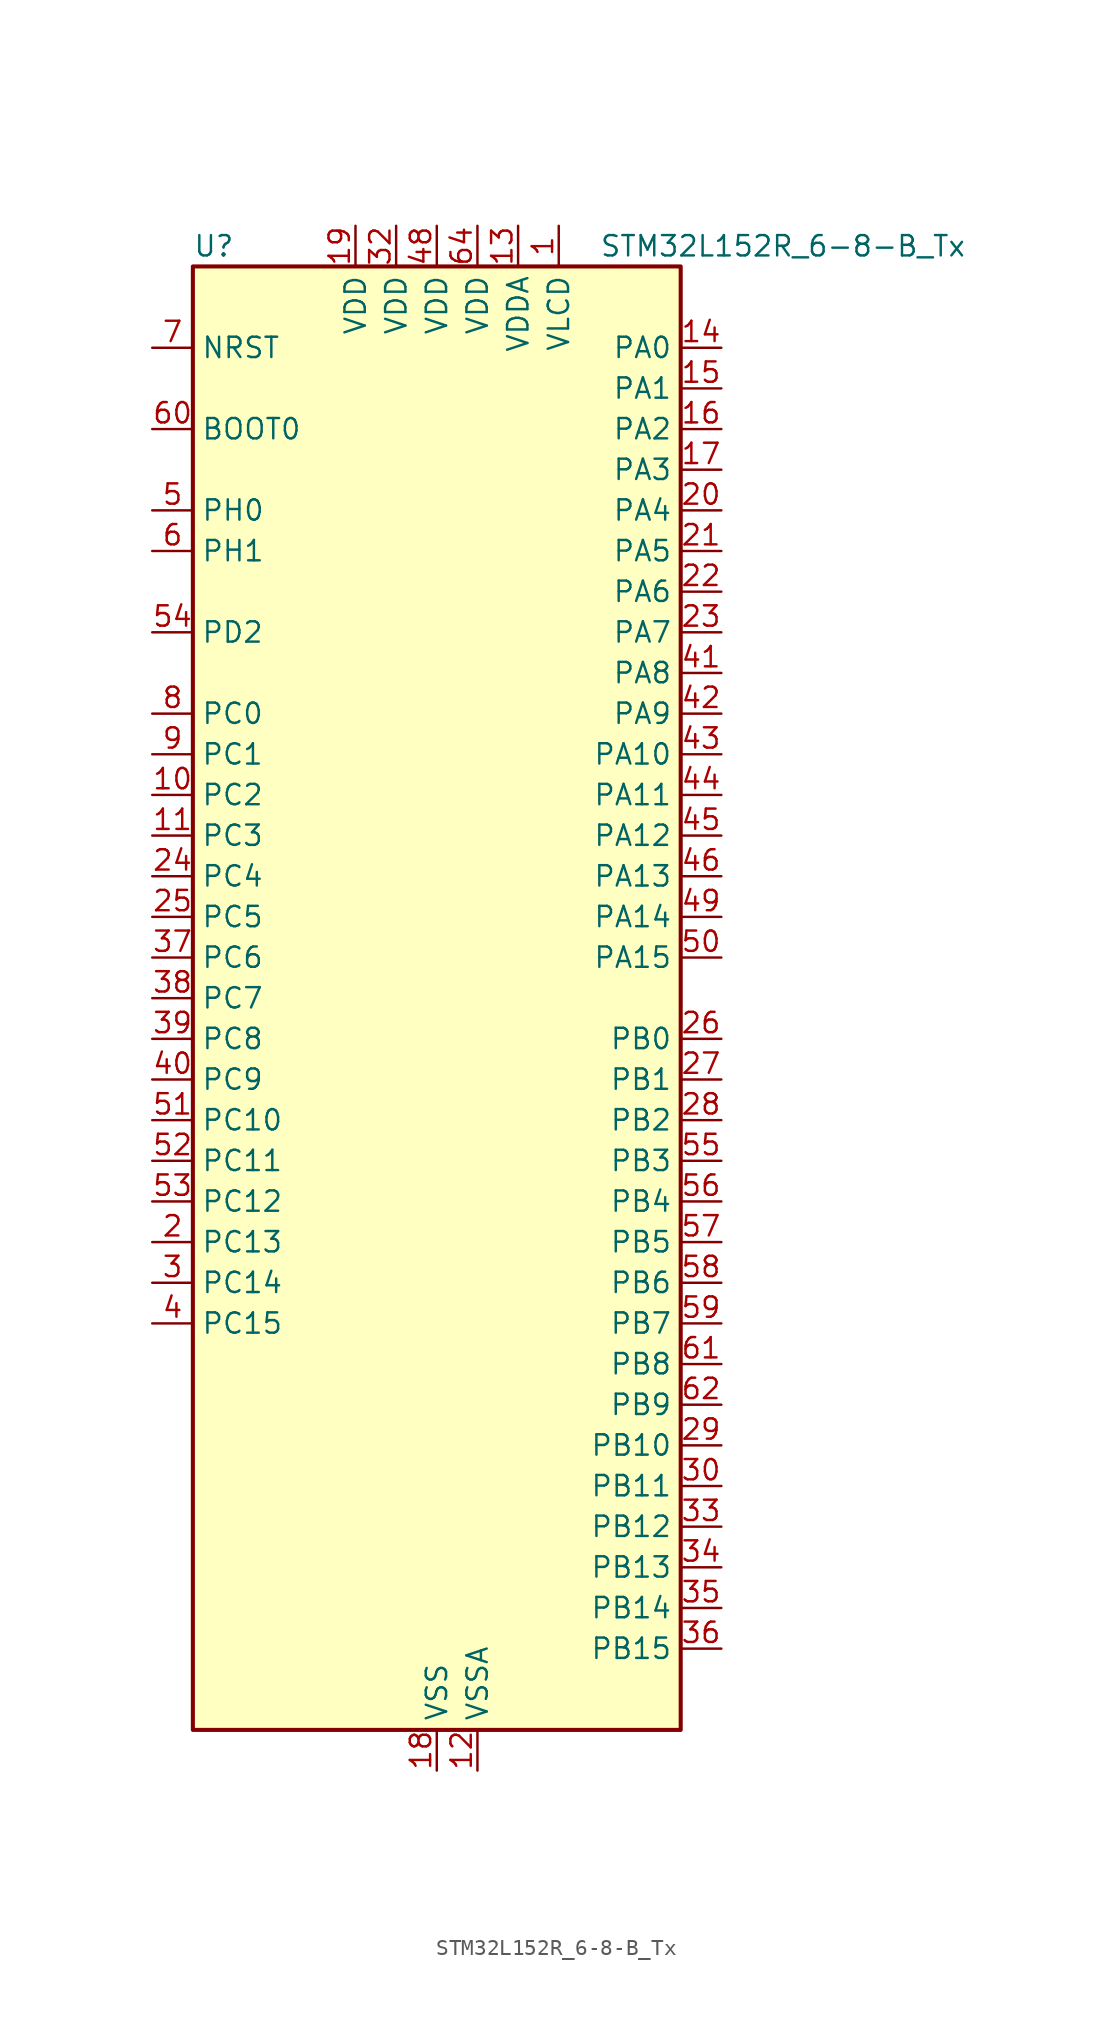
<source format=kicad_sym>
(kicad_symbol_lib
  (version 20241209)
  (generator "kicad_symbol_editor")
  (generator_version "9.0")
  (symbol "STM32L152R_6-8-B_Tx"
    (property "Reference" "U"
      (at -15.24 46.99 0)
      (effects (font (size 1.27 1.27)) (justify left)))
    (property "Value" "STM32L152R_6-8-B_Tx"
      (at 10.16 46.99 0)
      (effects (font (size 1.27 1.27)) (justify left)))
    (symbol "STM32L152R_6-8-B_Tx_0_1"
      (rectangle (start -15.24 -45.72) (end 15.24 45.72) (stroke (width 0.254) (type default)) (fill (type background))))
    (symbol "STM32L152R_6-8-B_Tx_1_1"
      (pin input line (at -17.78 40.64 0) (length 2.54) (name "NRST" (effects (font (size 1.27 1.27)))) (number "7" (effects (font (size 1.27 1.27)))))
      (pin input line (at -17.78 35.56 0) (length 2.54) (name "BOOT0" (effects (font (size 1.27 1.27)))) (number "60" (effects (font (size 1.27 1.27)))))
      (pin bidirectional line (at -17.78 30.48 0) (length 2.54) (name "PH0" (effects (font (size 1.27 1.27)))) (number "5" (effects (font (size 1.27 1.27)))) (alternate "RCC_OSC_IN" bidirectional line))
      (pin bidirectional line (at -17.78 27.94 0) (length 2.54) (name "PH1" (effects (font (size 1.27 1.27)))) (number "6" (effects (font (size 1.27 1.27)))) (alternate "RCC_OSC_OUT" bidirectional line))
      (pin bidirectional line (at -17.78 22.86 0) (length 2.54) (name "PD2" (effects (font (size 1.27 1.27)))) (number "54" (effects (font (size 1.27 1.27)))) (alternate "LCD_COM7" bidirectional line) (alternate "LCD_SEG31" bidirectional line) (alternate "TIM3_ETR" bidirectional line) (alternate "TIMX_IC3" bidirectional line))
      (pin bidirectional line (at -17.78 17.78 0) (length 2.54) (name "PC0" (effects (font (size 1.27 1.27)))) (number "8" (effects (font (size 1.27 1.27)))) (alternate "ADC_IN10" bidirectional line) (alternate "COMP1_INP" bidirectional line) (alternate "LCD_SEG18" bidirectional line) (alternate "TIMX_IC1" bidirectional line) (alternate "TS_G8_IO1" bidirectional line))
      (pin bidirectional line (at -17.78 15.24 0) (length 2.54) (name "PC1" (effects (font (size 1.27 1.27)))) (number "9" (effects (font (size 1.27 1.27)))) (alternate "ADC_IN11" bidirectional line) (alternate "COMP1_INP" bidirectional line) (alternate "LCD_SEG19" bidirectional line) (alternate "TIMX_IC2" bidirectional line) (alternate "TS_G8_IO2" bidirectional line))
      (pin bidirectional line (at -17.78 12.7 0) (length 2.54) (name "PC2" (effects (font (size 1.27 1.27)))) (number "10" (effects (font (size 1.27 1.27)))) (alternate "ADC_IN12" bidirectional line) (alternate "COMP1_INP" bidirectional line) (alternate "LCD_SEG20" bidirectional line) (alternate "TIMX_IC3" bidirectional line) (alternate "TS_G8_IO3" bidirectional line))
      (pin bidirectional line (at -17.78 10.16 0) (length 2.54) (name "PC3" (effects (font (size 1.27 1.27)))) (number "11" (effects (font (size 1.27 1.27)))) (alternate "ADC_IN13" bidirectional line) (alternate "COMP1_INP" bidirectional line) (alternate "LCD_SEG21" bidirectional line) (alternate "TIMX_IC4" bidirectional line) (alternate "TS_G8_IO4" bidirectional line))
      (pin bidirectional line (at -17.78 7.62 0) (length 2.54) (name "PC4" (effects (font (size 1.27 1.27)))) (number "24" (effects (font (size 1.27 1.27)))) (alternate "ADC_IN14" bidirectional line) (alternate "COMP1_INP" bidirectional line) (alternate "LCD_SEG22" bidirectional line) (alternate "TIMX_IC1" bidirectional line) (alternate "TS_G9_IO1" bidirectional line))
      (pin bidirectional line (at -17.78 5.08 0) (length 2.54) (name "PC5" (effects (font (size 1.27 1.27)))) (number "25" (effects (font (size 1.27 1.27)))) (alternate "ADC_IN15" bidirectional line) (alternate "COMP1_INP" bidirectional line) (alternate "LCD_SEG23" bidirectional line) (alternate "TIMX_IC2" bidirectional line) (alternate "TS_G9_IO2" bidirectional line))
      (pin bidirectional line (at -17.78 2.54 0) (length 2.54) (name "PC6" (effects (font (size 1.27 1.27)))) (number "37" (effects (font (size 1.27 1.27)))) (alternate "LCD_SEG24" bidirectional line) (alternate "TIM3_CH1" bidirectional line) (alternate "TIMX_IC3" bidirectional line) (alternate "TS_G10_IO1" bidirectional line))
      (pin bidirectional line (at -17.78 0 0) (length 2.54) (name "PC7" (effects (font (size 1.27 1.27)))) (number "38" (effects (font (size 1.27 1.27)))) (alternate "LCD_SEG25" bidirectional line) (alternate "TIM3_CH2" bidirectional line) (alternate "TIMX_IC4" bidirectional line) (alternate "TS_G10_IO2" bidirectional line))
      (pin bidirectional line (at -17.78 -2.54 0) (length 2.54) (name "PC8" (effects (font (size 1.27 1.27)))) (number "39" (effects (font (size 1.27 1.27)))) (alternate "LCD_SEG26" bidirectional line) (alternate "TIM3_CH3" bidirectional line) (alternate "TIMX_IC1" bidirectional line) (alternate "TS_G10_IO3" bidirectional line))
      (pin bidirectional line (at -17.78 -5.08 0) (length 2.54) (name "PC9" (effects (font (size 1.27 1.27)))) (number "40" (effects (font (size 1.27 1.27)))) (alternate "DAC_EXTI9" bidirectional line) (alternate "LCD_SEG27" bidirectional line) (alternate "TIM3_CH4" bidirectional line) (alternate "TIMX_IC2" bidirectional line) (alternate "TS_G10_IO4" bidirectional line))
      (pin bidirectional line (at -17.78 -7.62 0) (length 2.54) (name "PC10" (effects (font (size 1.27 1.27)))) (number "51" (effects (font (size 1.27 1.27)))) (alternate "LCD_COM4" bidirectional line) (alternate "LCD_SEG28" bidirectional line) (alternate "TIMX_IC3" bidirectional line) (alternate "USART3_TX" bidirectional line))
      (pin bidirectional line (at -17.78 -10.16 0) (length 2.54) (name "PC11" (effects (font (size 1.27 1.27)))) (number "52" (effects (font (size 1.27 1.27)))) (alternate "ADC_EXTI11" bidirectional line) (alternate "LCD_COM5" bidirectional line) (alternate "LCD_SEG29" bidirectional line) (alternate "TIMX_IC4" bidirectional line) (alternate "USART3_RX" bidirectional line))
      (pin bidirectional line (at -17.78 -12.7 0) (length 2.54) (name "PC12" (effects (font (size 1.27 1.27)))) (number "53" (effects (font (size 1.27 1.27)))) (alternate "LCD_COM6" bidirectional line) (alternate "LCD_SEG30" bidirectional line) (alternate "TIMX_IC1" bidirectional line) (alternate "USART3_CK" bidirectional line))
      (pin bidirectional line (at -17.78 -15.24 0) (length 2.54) (name "PC13" (effects (font (size 1.27 1.27)))) (number "2" (effects (font (size 1.27 1.27)))) (alternate "RTC_OUT_ALARM" bidirectional line) (alternate "RTC_OUT_CALIB" bidirectional line) (alternate "RTC_TAMP1" bidirectional line) (alternate "RTC_TS" bidirectional line) (alternate "SYS_WKUP2" bidirectional line) (alternate "TIMX_IC2" bidirectional line))
      (pin bidirectional line (at -17.78 -17.78 0) (length 2.54) (name "PC14" (effects (font (size 1.27 1.27)))) (number "3" (effects (font (size 1.27 1.27)))) (alternate "RCC_OSC32_IN" bidirectional line) (alternate "TIMX_IC3" bidirectional line))
      (pin bidirectional line (at -17.78 -20.32 0) (length 2.54) (name "PC15" (effects (font (size 1.27 1.27)))) (number "4" (effects (font (size 1.27 1.27)))) (alternate "ADC_EXTI15" bidirectional line) (alternate "RCC_OSC32_OUT" bidirectional line) (alternate "TIMX_IC4" bidirectional line))
      (pin power_in line (at -5.08 48.26 270) (length 2.54) (name "VDD" (effects (font (size 1.27 1.27)))) (number "19" (effects (font (size 1.27 1.27)))))
      (pin power_in line (at -2.54 48.26 270) (length 2.54) (name "VDD" (effects (font (size 1.27 1.27)))) (number "32" (effects (font (size 1.27 1.27)))))
      (pin power_in line (at 0 48.26 270) (length 2.54) (name "VDD" (effects (font (size 1.27 1.27)))) (number "48" (effects (font (size 1.27 1.27)))))
      (pin power_in line (at 0 -48.26 90) (length 2.54) (name "VSS" (effects (font (size 1.27 1.27)))) (number "18" (effects (font (size 1.27 1.27)))))
      (pin passive line (at 0 -48.26 90) (length 2.54) (hide yes) (name "VSS" (effects (font (size 1.27 1.27)))) (number "31" (effects (font (size 1.27 1.27)))))
      (pin passive line (at 0 -48.26 90) (length 2.54) (hide yes) (name "VSS" (effects (font (size 1.27 1.27)))) (number "47" (effects (font (size 1.27 1.27)))))
      (pin passive line (at 0 -48.26 90) (length 2.54) (hide yes) (name "VSS" (effects (font (size 1.27 1.27)))) (number "63" (effects (font (size 1.27 1.27)))))
      (pin power_in line (at 2.54 48.26 270) (length 2.54) (name "VDD" (effects (font (size 1.27 1.27)))) (number "64" (effects (font (size 1.27 1.27)))))
      (pin power_in line (at 2.54 -48.26 90) (length 2.54) (name "VSSA" (effects (font (size 1.27 1.27)))) (number "12" (effects (font (size 1.27 1.27)))))
      (pin power_in line (at 5.08 48.26 270) (length 2.54) (name "VDDA" (effects (font (size 1.27 1.27)))) (number "13" (effects (font (size 1.27 1.27)))))
      (pin power_in line (at 7.62 48.26 270) (length 2.54) (name "VLCD" (effects (font (size 1.27 1.27)))) (number "1" (effects (font (size 1.27 1.27)))))
      (pin bidirectional line (at 17.78 40.64 180) (length 2.54) (name "PA0" (effects (font (size 1.27 1.27)))) (number "14" (effects (font (size 1.27 1.27)))) (alternate "ADC_IN0" bidirectional line) (alternate "COMP1_INP" bidirectional line) (alternate "SYS_WKUP1" bidirectional line) (alternate "TIM2_CH1" bidirectional line) (alternate "TIM2_ETR" bidirectional line) (alternate "TIMX_IC1" bidirectional line) (alternate "TS_G1_IO1" bidirectional line) (alternate "USART2_CTS" bidirectional line))
      (pin bidirectional line (at 17.78 38.1 180) (length 2.54) (name "PA1" (effects (font (size 1.27 1.27)))) (number "15" (effects (font (size 1.27 1.27)))) (alternate "ADC_IN1" bidirectional line) (alternate "COMP1_INP" bidirectional line) (alternate "LCD_SEG0" bidirectional line) (alternate "TIM2_CH2" bidirectional line) (alternate "TIMX_IC2" bidirectional line) (alternate "TS_G1_IO2" bidirectional line) (alternate "USART2_RTS" bidirectional line))
      (pin bidirectional line (at 17.78 35.56 180) (length 2.54) (name "PA2" (effects (font (size 1.27 1.27)))) (number "16" (effects (font (size 1.27 1.27)))) (alternate "ADC_IN2" bidirectional line) (alternate "COMP1_INP" bidirectional line) (alternate "LCD_SEG1" bidirectional line) (alternate "TIM2_CH3" bidirectional line) (alternate "TIM9_CH1" bidirectional line) (alternate "TIMX_IC3" bidirectional line) (alternate "TS_G1_IO3" bidirectional line) (alternate "USART2_TX" bidirectional line))
      (pin bidirectional line (at 17.78 33.02 180) (length 2.54) (name "PA3" (effects (font (size 1.27 1.27)))) (number "17" (effects (font (size 1.27 1.27)))) (alternate "ADC_IN3" bidirectional line) (alternate "COMP1_INP" bidirectional line) (alternate "LCD_SEG2" bidirectional line) (alternate "TIM2_CH4" bidirectional line) (alternate "TIM9_CH2" bidirectional line) (alternate "TIMX_IC4" bidirectional line) (alternate "TS_G1_IO4" bidirectional line) (alternate "USART2_RX" bidirectional line))
      (pin bidirectional line (at 17.78 30.48 180) (length 2.54) (name "PA4" (effects (font (size 1.27 1.27)))) (number "20" (effects (font (size 1.27 1.27)))) (alternate "ADC_IN4" bidirectional line) (alternate "COMP1_INP" bidirectional line) (alternate "DAC_OUT1" bidirectional line) (alternate "SPI1_NSS" bidirectional line) (alternate "TIMX_IC1" bidirectional line) (alternate "USART2_CK" bidirectional line))
      (pin bidirectional line (at 17.78 27.94 180) (length 2.54) (name "PA5" (effects (font (size 1.27 1.27)))) (number "21" (effects (font (size 1.27 1.27)))) (alternate "ADC_IN5" bidirectional line) (alternate "COMP1_INP" bidirectional line) (alternate "DAC_OUT2" bidirectional line) (alternate "SPI1_SCK" bidirectional line) (alternate "TIM2_CH1" bidirectional line) (alternate "TIM2_ETR" bidirectional line) (alternate "TIMX_IC2" bidirectional line))
      (pin bidirectional line (at 17.78 25.4 180) (length 2.54) (name "PA6" (effects (font (size 1.27 1.27)))) (number "22" (effects (font (size 1.27 1.27)))) (alternate "ADC_IN6" bidirectional line) (alternate "COMP1_INP" bidirectional line) (alternate "LCD_SEG3" bidirectional line) (alternate "SPI1_MISO" bidirectional line) (alternate "TIM10_CH1" bidirectional line) (alternate "TIM3_CH1" bidirectional line) (alternate "TIMX_IC3" bidirectional line) (alternate "TS_G2_IO1" bidirectional line))
      (pin bidirectional line (at 17.78 22.86 180) (length 2.54) (name "PA7" (effects (font (size 1.27 1.27)))) (number "23" (effects (font (size 1.27 1.27)))) (alternate "ADC_IN7" bidirectional line) (alternate "COMP1_INP" bidirectional line) (alternate "LCD_SEG4" bidirectional line) (alternate "SPI1_MOSI" bidirectional line) (alternate "TIM11_CH1" bidirectional line) (alternate "TIM3_CH2" bidirectional line) (alternate "TIMX_IC4" bidirectional line) (alternate "TS_G2_IO2" bidirectional line))
      (pin bidirectional line (at 17.78 20.32 180) (length 2.54) (name "PA8" (effects (font (size 1.27 1.27)))) (number "41" (effects (font (size 1.27 1.27)))) (alternate "LCD_COM0" bidirectional line) (alternate "RCC_MCO" bidirectional line) (alternate "TIMX_IC1" bidirectional line) (alternate "TS_G4_IO1" bidirectional line) (alternate "USART1_CK" bidirectional line))
      (pin bidirectional line (at 17.78 17.78 180) (length 2.54) (name "PA9" (effects (font (size 1.27 1.27)))) (number "42" (effects (font (size 1.27 1.27)))) (alternate "DAC_EXTI9" bidirectional line) (alternate "LCD_COM1" bidirectional line) (alternate "TIMX_IC2" bidirectional line) (alternate "TS_G4_IO2" bidirectional line) (alternate "USART1_TX" bidirectional line))
      (pin bidirectional line (at 17.78 15.24 180) (length 2.54) (name "PA10" (effects (font (size 1.27 1.27)))) (number "43" (effects (font (size 1.27 1.27)))) (alternate "LCD_COM2" bidirectional line) (alternate "TIMX_IC3" bidirectional line) (alternate "TS_G4_IO3" bidirectional line) (alternate "USART1_RX" bidirectional line))
      (pin bidirectional line (at 17.78 12.7 180) (length 2.54) (name "PA11" (effects (font (size 1.27 1.27)))) (number "44" (effects (font (size 1.27 1.27)))) (alternate "ADC_EXTI11" bidirectional line) (alternate "SPI1_MISO" bidirectional line) (alternate "TIMX_IC4" bidirectional line) (alternate "USART1_CTS" bidirectional line) (alternate "USB_DM" bidirectional line))
      (pin bidirectional line (at 17.78 10.16 180) (length 2.54) (name "PA12" (effects (font (size 1.27 1.27)))) (number "45" (effects (font (size 1.27 1.27)))) (alternate "SPI1_MOSI" bidirectional line) (alternate "TIMX_IC1" bidirectional line) (alternate "USART1_RTS" bidirectional line) (alternate "USB_DP" bidirectional line))
      (pin bidirectional line (at 17.78 7.62 180) (length 2.54) (name "PA13" (effects (font (size 1.27 1.27)))) (number "46" (effects (font (size 1.27 1.27)))) (alternate "SYS_JTMS-SWDIO" bidirectional line) (alternate "TIMX_IC2" bidirectional line) (alternate "TS_G5_IO1" bidirectional line))
      (pin bidirectional line (at 17.78 5.08 180) (length 2.54) (name "PA14" (effects (font (size 1.27 1.27)))) (number "49" (effects (font (size 1.27 1.27)))) (alternate "SYS_JTCK-SWCLK" bidirectional line) (alternate "TIMX_IC3" bidirectional line) (alternate "TS_G5_IO2" bidirectional line))
      (pin bidirectional line (at 17.78 2.54 180) (length 2.54) (name "PA15" (effects (font (size 1.27 1.27)))) (number "50" (effects (font (size 1.27 1.27)))) (alternate "ADC_EXTI15" bidirectional line) (alternate "LCD_SEG17" bidirectional line) (alternate "SPI1_NSS" bidirectional line) (alternate "SYS_JTDI" bidirectional line) (alternate "TIM2_CH1" bidirectional line) (alternate "TIM2_ETR" bidirectional line) (alternate "TIMX_IC4" bidirectional line) (alternate "TS_G5_IO3" bidirectional line))
      (pin bidirectional line (at 17.78 -2.54 180) (length 2.54) (name "PB0" (effects (font (size 1.27 1.27)))) (number "26" (effects (font (size 1.27 1.27)))) (alternate "ADC_IN8" bidirectional line) (alternate "COMP1_INP" bidirectional line) (alternate "LCD_SEG5" bidirectional line) (alternate "SYS_V_REF_OUT" bidirectional line) (alternate "TIM3_CH3" bidirectional line) (alternate "TS_G3_IO1" bidirectional line))
      (pin bidirectional line (at 17.78 -5.08 180) (length 2.54) (name "PB1" (effects (font (size 1.27 1.27)))) (number "27" (effects (font (size 1.27 1.27)))) (alternate "ADC_IN9" bidirectional line) (alternate "COMP1_INP" bidirectional line) (alternate "LCD_SEG6" bidirectional line) (alternate "SYS_V_REF_OUT" bidirectional line) (alternate "TIM3_CH4" bidirectional line) (alternate "TS_G3_IO2" bidirectional line))
      (pin bidirectional line (at 17.78 -7.62 180) (length 2.54) (name "PB2" (effects (font (size 1.27 1.27)))) (number "28" (effects (font (size 1.27 1.27)))))
      (pin bidirectional line (at 17.78 -10.16 180) (length 2.54) (name "PB3" (effects (font (size 1.27 1.27)))) (number "55" (effects (font (size 1.27 1.27)))) (alternate "COMP2_INM" bidirectional line) (alternate "LCD_SEG7" bidirectional line) (alternate "SPI1_SCK" bidirectional line) (alternate "SYS_JTDO-TRACESWO" bidirectional line) (alternate "TIM2_CH2" bidirectional line))
      (pin bidirectional line (at 17.78 -12.7 180) (length 2.54) (name "PB4" (effects (font (size 1.27 1.27)))) (number "56" (effects (font (size 1.27 1.27)))) (alternate "COMP2_INP" bidirectional line) (alternate "LCD_SEG8" bidirectional line) (alternate "SPI1_MISO" bidirectional line) (alternate "SYS_JTRST" bidirectional line) (alternate "TIM3_CH1" bidirectional line) (alternate "TS_G6_IO1" bidirectional line))
      (pin bidirectional line (at 17.78 -15.24 180) (length 2.54) (name "PB5" (effects (font (size 1.27 1.27)))) (number "57" (effects (font (size 1.27 1.27)))) (alternate "COMP2_INP" bidirectional line) (alternate "I2C1_SMBA" bidirectional line) (alternate "LCD_SEG9" bidirectional line) (alternate "SPI1_MOSI" bidirectional line) (alternate "TIM3_CH2" bidirectional line) (alternate "TS_G6_IO2" bidirectional line))
      (pin bidirectional line (at 17.78 -17.78 180) (length 2.54) (name "PB6" (effects (font (size 1.27 1.27)))) (number "58" (effects (font (size 1.27 1.27)))) (alternate "I2C1_SCL" bidirectional line) (alternate "TIM4_CH1" bidirectional line) (alternate "USART1_TX" bidirectional line))
      (pin bidirectional line (at 17.78 -20.32 180) (length 2.54) (name "PB7" (effects (font (size 1.27 1.27)))) (number "59" (effects (font (size 1.27 1.27)))) (alternate "I2C1_SDA" bidirectional line) (alternate "SYS_PVD_IN" bidirectional line) (alternate "TIM4_CH2" bidirectional line) (alternate "USART1_RX" bidirectional line))
      (pin bidirectional line (at 17.78 -22.86 180) (length 2.54) (name "PB8" (effects (font (size 1.27 1.27)))) (number "61" (effects (font (size 1.27 1.27)))) (alternate "I2C1_SCL" bidirectional line) (alternate "LCD_SEG16" bidirectional line) (alternate "TIM10_CH1" bidirectional line) (alternate "TIM4_CH3" bidirectional line))
      (pin bidirectional line (at 17.78 -25.4 180) (length 2.54) (name "PB9" (effects (font (size 1.27 1.27)))) (number "62" (effects (font (size 1.27 1.27)))) (alternate "DAC_EXTI9" bidirectional line) (alternate "I2C1_SDA" bidirectional line) (alternate "LCD_COM3" bidirectional line) (alternate "TIM11_CH1" bidirectional line) (alternate "TIM4_CH4" bidirectional line))
      (pin bidirectional line (at 17.78 -27.94 180) (length 2.54) (name "PB10" (effects (font (size 1.27 1.27)))) (number "29" (effects (font (size 1.27 1.27)))) (alternate "I2C2_SCL" bidirectional line) (alternate "LCD_SEG10" bidirectional line) (alternate "TIM2_CH3" bidirectional line) (alternate "USART3_TX" bidirectional line))
      (pin bidirectional line (at 17.78 -30.48 180) (length 2.54) (name "PB11" (effects (font (size 1.27 1.27)))) (number "30" (effects (font (size 1.27 1.27)))) (alternate "ADC_EXTI11" bidirectional line) (alternate "I2C2_SDA" bidirectional line) (alternate "LCD_SEG11" bidirectional line) (alternate "TIM2_CH4" bidirectional line) (alternate "USART3_RX" bidirectional line))
      (pin bidirectional line (at 17.78 -33.02 180) (length 2.54) (name "PB12" (effects (font (size 1.27 1.27)))) (number "33" (effects (font (size 1.27 1.27)))) (alternate "ADC_IN18" bidirectional line) (alternate "COMP1_INP" bidirectional line) (alternate "I2C2_SMBA" bidirectional line) (alternate "LCD_SEG12" bidirectional line) (alternate "SPI2_NSS" bidirectional line) (alternate "TIM10_CH1" bidirectional line) (alternate "TS_G7_IO1" bidirectional line) (alternate "USART3_CK" bidirectional line))
      (pin bidirectional line (at 17.78 -35.56 180) (length 2.54) (name "PB13" (effects (font (size 1.27 1.27)))) (number "34" (effects (font (size 1.27 1.27)))) (alternate "ADC_IN19" bidirectional line) (alternate "COMP1_INP" bidirectional line) (alternate "LCD_SEG13" bidirectional line) (alternate "SPI2_SCK" bidirectional line) (alternate "TIM9_CH1" bidirectional line) (alternate "TS_G7_IO2" bidirectional line) (alternate "USART3_CTS" bidirectional line))
      (pin bidirectional line (at 17.78 -38.1 180) (length 2.54) (name "PB14" (effects (font (size 1.27 1.27)))) (number "35" (effects (font (size 1.27 1.27)))) (alternate "ADC_IN20" bidirectional line) (alternate "COMP1_INP" bidirectional line) (alternate "LCD_SEG14" bidirectional line) (alternate "SPI2_MISO" bidirectional line) (alternate "TIM9_CH2" bidirectional line) (alternate "TS_G7_IO3" bidirectional line) (alternate "USART3_RTS" bidirectional line))
      (pin bidirectional line (at 17.78 -40.64 180) (length 2.54) (name "PB15" (effects (font (size 1.27 1.27)))) (number "36" (effects (font (size 1.27 1.27)))) (alternate "ADC_EXTI15" bidirectional line) (alternate "ADC_IN21" bidirectional line) (alternate "COMP1_INP" bidirectional line) (alternate "LCD_SEG15" bidirectional line) (alternate "RTC_REFIN" bidirectional line) (alternate "SPI2_MOSI" bidirectional line) (alternate "TIM11_CH1" bidirectional line) (alternate "TS_G7_IO4" bidirectional line)))))
</source>
